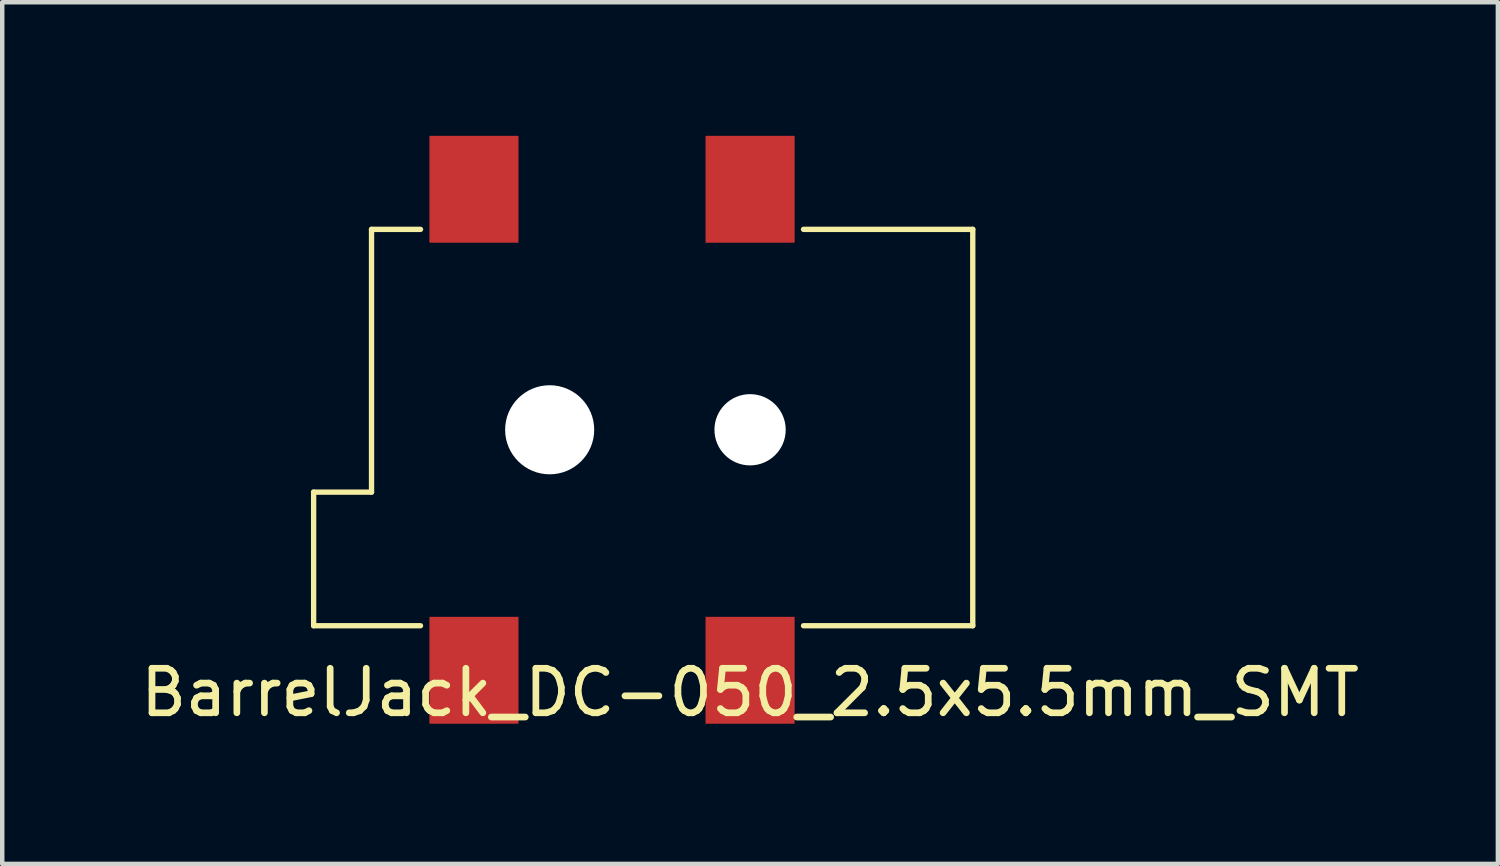
<source format=kicad_pcb>
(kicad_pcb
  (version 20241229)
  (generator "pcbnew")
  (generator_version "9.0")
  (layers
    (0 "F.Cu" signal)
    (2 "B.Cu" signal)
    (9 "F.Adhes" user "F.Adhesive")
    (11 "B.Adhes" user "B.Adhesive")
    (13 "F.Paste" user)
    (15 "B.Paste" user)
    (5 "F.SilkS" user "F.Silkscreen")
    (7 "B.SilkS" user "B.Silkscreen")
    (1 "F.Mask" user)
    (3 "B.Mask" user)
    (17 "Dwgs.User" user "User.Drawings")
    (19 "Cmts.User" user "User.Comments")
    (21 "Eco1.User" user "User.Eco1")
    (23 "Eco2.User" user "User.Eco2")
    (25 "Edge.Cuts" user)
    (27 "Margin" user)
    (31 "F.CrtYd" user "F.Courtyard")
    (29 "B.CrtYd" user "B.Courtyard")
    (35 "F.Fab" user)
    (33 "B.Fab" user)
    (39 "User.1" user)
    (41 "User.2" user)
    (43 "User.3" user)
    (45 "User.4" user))
  (footprint "BarrelJack_DC-050_2.5x5.5mm_SMT"
    (layer "F.Cu")
    (at 13.792 12)
    (property "Reference" "BarrelJack_DC-050_2.5x5.5mm_SMT" (at 0 0.5 0) (layer "F.SilkS") (effects (font (size 1 1) (thickness 0.15))))
    (attr through_hole)
    (fp_line (start -9.8 -4) (end -9.8 -1) (stroke (width 0.12) (type solid)) (layer "F.SilkS"))
    (fp_line (start -9.8 -4) (end -8.5 -4) (stroke (width 0.12) (type solid)) (layer "F.SilkS"))
    (fp_line (start -9.8 -1) (end -7.4 -1) (stroke (width 0.12) (type solid)) (layer "F.SilkS"))
    (fp_line (start -8.5 -9.9) (end -7.4 -9.9) (stroke (width 0.12) (type solid)) (layer "F.SilkS"))
    (fp_line (start -8.5 -4) (end -8.5 -9.9) (stroke (width 0.12) (type solid)) (layer "F.SilkS"))
    (fp_line (start 5 -9.9) (end 1.2 -9.9) (stroke (width 0.12) (type solid)) (layer "F.SilkS"))
    (fp_line (start 5 -9.9) (end 5 -1) (stroke (width 0.12) (type solid)) (layer "F.SilkS"))
    (fp_line (start 5 -1) (end 1.2 -1) (stroke (width 0.12) (type solid)) (layer "F.SilkS"))
    (pad "" np_thru_hole circle (at -4.5 -5.4) (size 2 2) (drill 2) (layers "*.Cu" "*.Mask"))
    (pad "" np_thru_hole circle (at 0 -5.4) (size 1.6 1.6) (drill 1.6) (layers "*.Cu" "*.Mask"))
    (pad "1" smd rect (at -6.2 0) (size 2 2.4) (layers "F.Cu" "F.Mask" "F.Paste"))
    (pad "1" smd rect (at 0 0) (size 2 2.4) (layers "F.Cu" "F.Mask" "F.Paste"))
    (pad "2" smd rect (at 0 -10.8) (size 2 2.4) (layers "F.Cu" "F.Mask" "F.Paste"))
    (pad "3" smd rect (at -6.2 -10.8) (size 2 2.4) (layers "F.Cu" "F.Mask" "F.Paste")))
  (gr_rect
    (start -3 -3)
    (end 30.583 16.348)
    (stroke (width 0.1) (type default))
    (fill no)
    (layer "Edge.Cuts")))
</source>
